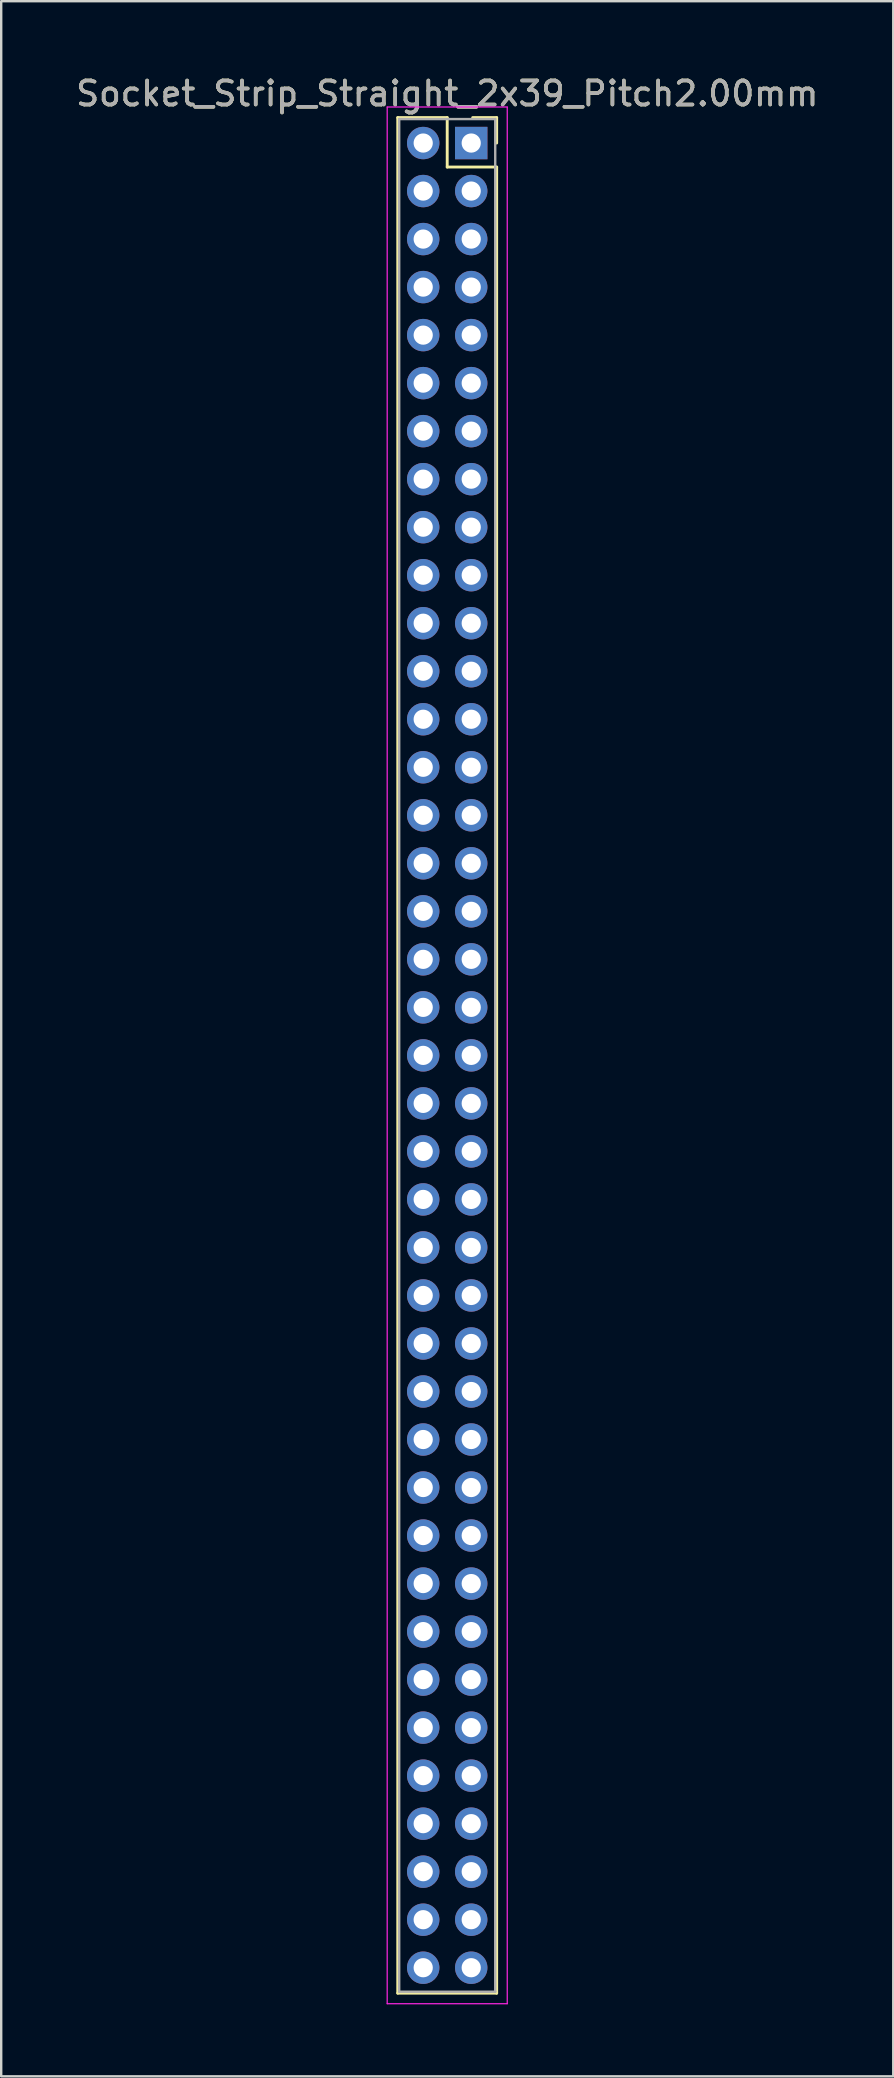
<source format=kicad_pcb>
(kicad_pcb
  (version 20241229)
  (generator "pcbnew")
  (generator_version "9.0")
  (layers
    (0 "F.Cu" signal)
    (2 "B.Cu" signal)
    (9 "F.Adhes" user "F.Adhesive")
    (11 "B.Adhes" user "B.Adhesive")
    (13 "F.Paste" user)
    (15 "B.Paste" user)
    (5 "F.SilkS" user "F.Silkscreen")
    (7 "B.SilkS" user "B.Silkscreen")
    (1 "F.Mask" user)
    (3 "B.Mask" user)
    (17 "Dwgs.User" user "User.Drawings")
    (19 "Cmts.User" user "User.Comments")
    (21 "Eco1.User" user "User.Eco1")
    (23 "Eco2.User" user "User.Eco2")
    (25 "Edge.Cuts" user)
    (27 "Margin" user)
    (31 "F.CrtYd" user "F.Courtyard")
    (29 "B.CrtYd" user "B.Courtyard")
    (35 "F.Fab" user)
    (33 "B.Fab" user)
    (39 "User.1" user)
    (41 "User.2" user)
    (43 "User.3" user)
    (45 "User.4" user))
  (footprint "Socket_Strip_Straight_2x39_Pitch2.00mm"
    (layer "F.Cu")
    (at 16.577 2.908)
    (property "Reference" "Socket_Strip_Straight_2x39_Pitch2.00mm" (at -1 -2.06 0) (layer "F.SilkS") (effects (font (size 1 1) (thickness 0.15))))
    (attr through_hole)
    (fp_line (start -3.06 -1.06) (end -1 -1.06) (stroke (width 0.12) (type solid)) (layer "F.SilkS"))
    (fp_line (start -3.06 77.06) (end -3.06 -1.06) (stroke (width 0.12) (type solid)) (layer "F.SilkS"))
    (fp_line (start -1 -1.06) (end -1 1) (stroke (width 0.12) (type solid)) (layer "F.SilkS"))
    (fp_line (start -1 1) (end 1.06 1) (stroke (width 0.12) (type solid)) (layer "F.SilkS"))
    (fp_line (start 1.06 -1.06) (end 0.06 -1.06) (stroke (width 0.12) (type solid)) (layer "F.SilkS"))
    (fp_line (start 1.06 0) (end 1.06 -1.06) (stroke (width 0.12) (type solid)) (layer "F.SilkS"))
    (fp_line (start 1.06 1) (end 1.06 77.06) (stroke (width 0.12) (type solid)) (layer "F.SilkS"))
    (fp_line (start 1.06 77.06) (end -3.06 77.06) (stroke (width 0.12) (type solid)) (layer "F.SilkS"))
    (fp_line (start -3.5 -1.5) (end -3.5 77.5) (stroke (width 0.05) (type solid)) (layer "F.CrtYd"))
    (fp_line (start -3.5 77.5) (end 1.5 77.5) (stroke (width 0.05) (type solid)) (layer "F.CrtYd"))
    (fp_line (start 1.5 -1.5) (end -3.5 -1.5) (stroke (width 0.05) (type solid)) (layer "F.CrtYd"))
    (fp_line (start 1.5 77.5) (end 1.5 -1.5) (stroke (width 0.05) (type solid)) (layer "F.CrtYd"))
    (fp_line (start -3 -1) (end -3 77) (stroke (width 0.1) (type solid)) (layer "F.Fab"))
    (fp_line (start -3 77) (end 1 77) (stroke (width 0.1) (type solid)) (layer "F.Fab"))
    (fp_line (start 1 -1) (end -3 -1) (stroke (width 0.1) (type solid)) (layer "F.Fab"))
    (fp_line (start 1 77) (end 1 -1) (stroke (width 0.1) (type solid)) (layer "F.Fab"))
    (fp_text user "${REFERENCE}" (at -1 -2.06 0) (layer "F.Fab") (effects (font (size 1 1) (thickness 0.15))))
    (pad "1" thru_hole rect (at 0 0) (size 1.35 1.35) (drill 0.8) (layers "*.Cu" "*.Mask"))
    (pad "2" thru_hole oval (at -2 0) (size 1.35 1.35) (drill 0.8) (layers "*.Cu" "*.Mask"))
    (pad "3" thru_hole oval (at 0 2) (size 1.35 1.35) (drill 0.8) (layers "*.Cu" "*.Mask"))
    (pad "4" thru_hole oval (at -2 2) (size 1.35 1.35) (drill 0.8) (layers "*.Cu" "*.Mask"))
    (pad "5" thru_hole oval (at 0 4) (size 1.35 1.35) (drill 0.8) (layers "*.Cu" "*.Mask"))
    (pad "6" thru_hole oval (at -2 4) (size 1.35 1.35) (drill 0.8) (layers "*.Cu" "*.Mask"))
    (pad "7" thru_hole oval (at 0 6) (size 1.35 1.35) (drill 0.8) (layers "*.Cu" "*.Mask"))
    (pad "8" thru_hole oval (at -2 6) (size 1.35 1.35) (drill 0.8) (layers "*.Cu" "*.Mask"))
    (pad "9" thru_hole oval (at 0 8) (size 1.35 1.35) (drill 0.8) (layers "*.Cu" "*.Mask"))
    (pad "10" thru_hole oval (at -2 8) (size 1.35 1.35) (drill 0.8) (layers "*.Cu" "*.Mask"))
    (pad "11" thru_hole oval (at 0 10) (size 1.35 1.35) (drill 0.8) (layers "*.Cu" "*.Mask"))
    (pad "12" thru_hole oval (at -2 10) (size 1.35 1.35) (drill 0.8) (layers "*.Cu" "*.Mask"))
    (pad "13" thru_hole oval (at 0 12) (size 1.35 1.35) (drill 0.8) (layers "*.Cu" "*.Mask"))
    (pad "14" thru_hole oval (at -2 12) (size 1.35 1.35) (drill 0.8) (layers "*.Cu" "*.Mask"))
    (pad "15" thru_hole oval (at 0 14) (size 1.35 1.35) (drill 0.8) (layers "*.Cu" "*.Mask"))
    (pad "16" thru_hole oval (at -2 14) (size 1.35 1.35) (drill 0.8) (layers "*.Cu" "*.Mask"))
    (pad "17" thru_hole oval (at 0 16) (size 1.35 1.35) (drill 0.8) (layers "*.Cu" "*.Mask"))
    (pad "18" thru_hole oval (at -2 16) (size 1.35 1.35) (drill 0.8) (layers "*.Cu" "*.Mask"))
    (pad "19" thru_hole oval (at 0 18) (size 1.35 1.35) (drill 0.8) (layers "*.Cu" "*.Mask"))
    (pad "20" thru_hole oval (at -2 18) (size 1.35 1.35) (drill 0.8) (layers "*.Cu" "*.Mask"))
    (pad "21" thru_hole oval (at 0 20) (size 1.35 1.35) (drill 0.8) (layers "*.Cu" "*.Mask"))
    (pad "22" thru_hole oval (at -2 20) (size 1.35 1.35) (drill 0.8) (layers "*.Cu" "*.Mask"))
    (pad "23" thru_hole oval (at 0 22) (size 1.35 1.35) (drill 0.8) (layers "*.Cu" "*.Mask"))
    (pad "24" thru_hole oval (at -2 22) (size 1.35 1.35) (drill 0.8) (layers "*.Cu" "*.Mask"))
    (pad "25" thru_hole oval (at 0 24) (size 1.35 1.35) (drill 0.8) (layers "*.Cu" "*.Mask"))
    (pad "26" thru_hole oval (at -2 24) (size 1.35 1.35) (drill 0.8) (layers "*.Cu" "*.Mask"))
    (pad "27" thru_hole oval (at 0 26) (size 1.35 1.35) (drill 0.8) (layers "*.Cu" "*.Mask"))
    (pad "28" thru_hole oval (at -2 26) (size 1.35 1.35) (drill 0.8) (layers "*.Cu" "*.Mask"))
    (pad "29" thru_hole oval (at 0 28) (size 1.35 1.35) (drill 0.8) (layers "*.Cu" "*.Mask"))
    (pad "30" thru_hole oval (at -2 28) (size 1.35 1.35) (drill 0.8) (layers "*.Cu" "*.Mask"))
    (pad "31" thru_hole oval (at 0 30) (size 1.35 1.35) (drill 0.8) (layers "*.Cu" "*.Mask"))
    (pad "32" thru_hole oval (at -2 30) (size 1.35 1.35) (drill 0.8) (layers "*.Cu" "*.Mask"))
    (pad "33" thru_hole oval (at 0 32) (size 1.35 1.35) (drill 0.8) (layers "*.Cu" "*.Mask"))
    (pad "34" thru_hole oval (at -2 32) (size 1.35 1.35) (drill 0.8) (layers "*.Cu" "*.Mask"))
    (pad "35" thru_hole oval (at 0 34) (size 1.35 1.35) (drill 0.8) (layers "*.Cu" "*.Mask"))
    (pad "36" thru_hole oval (at -2 34) (size 1.35 1.35) (drill 0.8) (layers "*.Cu" "*.Mask"))
    (pad "37" thru_hole oval (at 0 36) (size 1.35 1.35) (drill 0.8) (layers "*.Cu" "*.Mask"))
    (pad "38" thru_hole oval (at -2 36) (size 1.35 1.35) (drill 0.8) (layers "*.Cu" "*.Mask"))
    (pad "39" thru_hole oval (at 0 38) (size 1.35 1.35) (drill 0.8) (layers "*.Cu" "*.Mask"))
    (pad "40" thru_hole oval (at -2 38) (size 1.35 1.35) (drill 0.8) (layers "*.Cu" "*.Mask"))
    (pad "41" thru_hole oval (at 0 40) (size 1.35 1.35) (drill 0.8) (layers "*.Cu" "*.Mask"))
    (pad "42" thru_hole oval (at -2 40) (size 1.35 1.35) (drill 0.8) (layers "*.Cu" "*.Mask"))
    (pad "43" thru_hole oval (at 0 42) (size 1.35 1.35) (drill 0.8) (layers "*.Cu" "*.Mask"))
    (pad "44" thru_hole oval (at -2 42) (size 1.35 1.35) (drill 0.8) (layers "*.Cu" "*.Mask"))
    (pad "45" thru_hole oval (at 0 44) (size 1.35 1.35) (drill 0.8) (layers "*.Cu" "*.Mask"))
    (pad "46" thru_hole oval (at -2 44) (size 1.35 1.35) (drill 0.8) (layers "*.Cu" "*.Mask"))
    (pad "47" thru_hole oval (at 0 46) (size 1.35 1.35) (drill 0.8) (layers "*.Cu" "*.Mask"))
    (pad "48" thru_hole oval (at -2 46) (size 1.35 1.35) (drill 0.8) (layers "*.Cu" "*.Mask"))
    (pad "49" thru_hole oval (at 0 48) (size 1.35 1.35) (drill 0.8) (layers "*.Cu" "*.Mask"))
    (pad "50" thru_hole oval (at -2 48) (size 1.35 1.35) (drill 0.8) (layers "*.Cu" "*.Mask"))
    (pad "51" thru_hole oval (at 0 50) (size 1.35 1.35) (drill 0.8) (layers "*.Cu" "*.Mask"))
    (pad "52" thru_hole oval (at -2 50) (size 1.35 1.35) (drill 0.8) (layers "*.Cu" "*.Mask"))
    (pad "53" thru_hole oval (at 0 52) (size 1.35 1.35) (drill 0.8) (layers "*.Cu" "*.Mask"))
    (pad "54" thru_hole oval (at -2 52) (size 1.35 1.35) (drill 0.8) (layers "*.Cu" "*.Mask"))
    (pad "55" thru_hole oval (at 0 54) (size 1.35 1.35) (drill 0.8) (layers "*.Cu" "*.Mask"))
    (pad "56" thru_hole oval (at -2 54) (size 1.35 1.35) (drill 0.8) (layers "*.Cu" "*.Mask"))
    (pad "57" thru_hole oval (at 0 56) (size 1.35 1.35) (drill 0.8) (layers "*.Cu" "*.Mask"))
    (pad "58" thru_hole oval (at -2 56) (size 1.35 1.35) (drill 0.8) (layers "*.Cu" "*.Mask"))
    (pad "59" thru_hole oval (at 0 58) (size 1.35 1.35) (drill 0.8) (layers "*.Cu" "*.Mask"))
    (pad "60" thru_hole oval (at -2 58) (size 1.35 1.35) (drill 0.8) (layers "*.Cu" "*.Mask"))
    (pad "61" thru_hole oval (at 0 60) (size 1.35 1.35) (drill 0.8) (layers "*.Cu" "*.Mask"))
    (pad "62" thru_hole oval (at -2 60) (size 1.35 1.35) (drill 0.8) (layers "*.Cu" "*.Mask"))
    (pad "63" thru_hole oval (at 0 62) (size 1.35 1.35) (drill 0.8) (layers "*.Cu" "*.Mask"))
    (pad "64" thru_hole oval (at -2 62) (size 1.35 1.35) (drill 0.8) (layers "*.Cu" "*.Mask"))
    (pad "65" thru_hole oval (at 0 64) (size 1.35 1.35) (drill 0.8) (layers "*.Cu" "*.Mask"))
    (pad "66" thru_hole oval (at -2 64) (size 1.35 1.35) (drill 0.8) (layers "*.Cu" "*.Mask"))
    (pad "67" thru_hole oval (at 0 66) (size 1.35 1.35) (drill 0.8) (layers "*.Cu" "*.Mask"))
    (pad "68" thru_hole oval (at -2 66) (size 1.35 1.35) (drill 0.8) (layers "*.Cu" "*.Mask"))
    (pad "69" thru_hole oval (at 0 68) (size 1.35 1.35) (drill 0.8) (layers "*.Cu" "*.Mask"))
    (pad "70" thru_hole oval (at -2 68) (size 1.35 1.35) (drill 0.8) (layers "*.Cu" "*.Mask"))
    (pad "71" thru_hole oval (at 0 70) (size 1.35 1.35) (drill 0.8) (layers "*.Cu" "*.Mask"))
    (pad "72" thru_hole oval (at -2 70) (size 1.35 1.35) (drill 0.8) (layers "*.Cu" "*.Mask"))
    (pad "73" thru_hole oval (at 0 72) (size 1.35 1.35) (drill 0.8) (layers "*.Cu" "*.Mask"))
    (pad "74" thru_hole oval (at -2 72) (size 1.35 1.35) (drill 0.8) (layers "*.Cu" "*.Mask"))
    (pad "75" thru_hole oval (at 0 74) (size 1.35 1.35) (drill 0.8) (layers "*.Cu" "*.Mask"))
    (pad "76" thru_hole oval (at -2 74) (size 1.35 1.35) (drill 0.8) (layers "*.Cu" "*.Mask"))
    (pad "77" thru_hole oval (at 0 76) (size 1.35 1.35) (drill 0.8) (layers "*.Cu" "*.Mask"))
    (pad "78" thru_hole oval (at -2 76) (size 1.35 1.35) (drill 0.8) (layers "*.Cu" "*.Mask")))
  (gr_rect
    (start -3 -3)
    (end 34.155 83.433)
    (stroke (width 0.1) (type default))
    (fill no)
    (layer "Edge.Cuts")))
</source>
